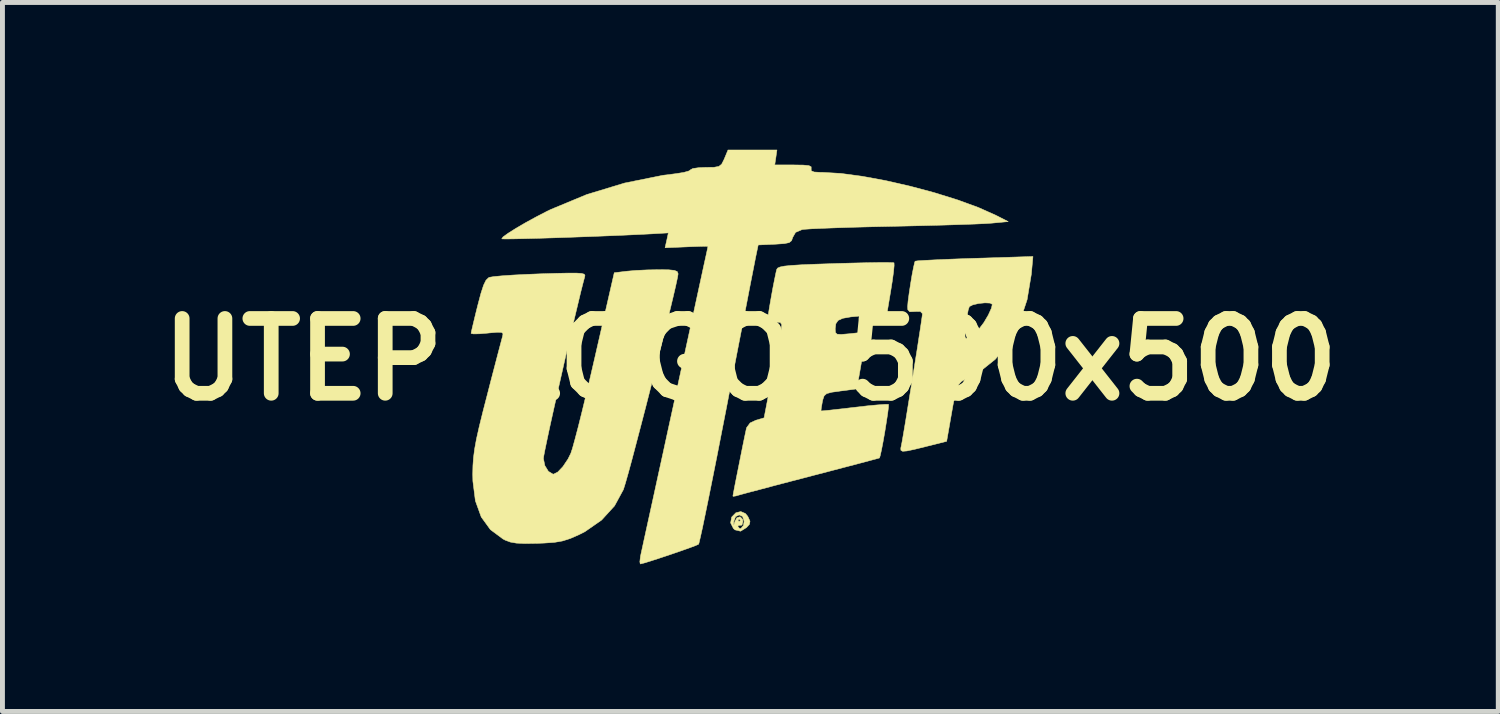
<source format=kicad_pcb>
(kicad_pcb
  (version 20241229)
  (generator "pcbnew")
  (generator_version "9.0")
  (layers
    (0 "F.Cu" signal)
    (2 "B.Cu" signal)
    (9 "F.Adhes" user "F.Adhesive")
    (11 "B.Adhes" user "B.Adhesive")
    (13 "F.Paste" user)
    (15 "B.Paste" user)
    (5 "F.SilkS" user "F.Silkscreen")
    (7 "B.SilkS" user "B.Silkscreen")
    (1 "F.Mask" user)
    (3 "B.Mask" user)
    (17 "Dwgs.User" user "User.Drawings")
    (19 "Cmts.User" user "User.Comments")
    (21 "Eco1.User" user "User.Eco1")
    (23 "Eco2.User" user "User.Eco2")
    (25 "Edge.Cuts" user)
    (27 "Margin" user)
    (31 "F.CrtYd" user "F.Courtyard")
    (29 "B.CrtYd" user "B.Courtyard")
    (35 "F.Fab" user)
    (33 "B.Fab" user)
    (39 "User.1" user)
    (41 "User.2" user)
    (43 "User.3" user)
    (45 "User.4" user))
  (footprint "UTEP LOGO 500x500"
    (layer "F.Cu")
    (at 12.236 4.272)
    (property "Reference" "UTEP LOGO 500x500" (at 0 0 0) (layer "F.SilkS") (effects (font (size 1.524 1.524) (thickness 0.3))))
    (attr through_hole)
    (fp_poly (pts (xy -0.101 3.139) (xy -0.053 3.197) (xy -0.008 3.295) (xy -0.019 3.358) (xy -0.08 3.425) (xy -0.2 3.499) (xy -0.313 3.472) (xy -0.345 3.444) (xy -0.376 3.383) (xy -0.342 3.383) (xy -0.334 3.366) (xy -0.322 3.315) (xy -0.302 3.277) (xy -0.254 3.277) (xy -0.229 3.302) (xy -0.203 3.277) (xy -0.229 3.251) (xy -0.254 3.277) (xy -0.302 3.277) (xy -0.275 3.225) (xy -0.209 3.205) (xy -0.159 3.256) (xy -0.152 3.305) (xy -0.172 3.375) (xy -0.203 3.378) (xy -0.25 3.385) (xy -0.254 3.405) (xy -0.218 3.445) (xy -0.191 3.442) (xy -0.142 3.381) (xy -0.127 3.298) (xy -0.159 3.199) (xy -0.229 3.167) (xy -0.301 3.202) (xy -0.339 3.302) (xy -0.342 3.383) (xy -0.376 3.383) (xy -0.403 3.329) (xy -0.381 3.211) (xy -0.295 3.123) (xy -0.195 3.099) (xy -0.101 3.139)) (stroke (width 0.01) (type solid)) (fill yes) (layer "F.SilkS"))
    (fp_poly (pts (xy 5.723 -1.736) (xy 5.637 -1.218) (xy 5.482 -0.75) (xy 5.265 -0.343) (xy 4.99 -0.004) (xy 4.664 0.256) (xy 4.464 0.364) (xy 4.368 0.408) (xy 4.297 0.451) (xy 4.245 0.509) (xy 4.203 0.599) (xy 4.166 0.736) (xy 4.126 0.937) (xy 4.077 1.217) (xy 4.062 1.304) (xy 3.998 1.668) (xy 3.576 1.774) (xy 3.341 1.832) (xy 3.189 1.864) (xy 3.102 1.871) (xy 3.066 1.851) (xy 3.064 1.806) (xy 3.073 1.765) (xy 3.09 1.678) (xy 3.119 1.51) (xy 3.158 1.279) (xy 3.203 1.001) (xy 3.253 0.693) (xy 3.305 0.371) (xy 3.356 0.051) (xy 3.404 -0.25) (xy 3.435 -0.454) (xy 4.373 -0.454) (xy 4.393 -0.426) (xy 4.44 -0.441) (xy 4.45 -0.447) (xy 4.555 -0.522) (xy 4.655 -0.618) (xy 4.754 -0.748) (xy 4.846 -0.903) (xy 4.91 -1.044) (xy 4.928 -1.122) (xy 4.884 -1.148) (xy 4.779 -1.153) (xy 4.649 -1.14) (xy 4.53 -1.112) (xy 4.461 -1.077) (xy 4.438 -1.011) (xy 4.412 -0.875) (xy 4.39 -0.718) (xy 4.373 -0.545) (xy 4.373 -0.454) (xy 3.435 -0.454) (xy 3.445 -0.516) (xy 3.477 -0.729) (xy 3.498 -0.874) (xy 3.505 -0.933) (xy 3.461 -0.978) (xy 3.353 -0.976) (xy 3.246 -0.971) (xy 3.207 -1.012) (xy 3.203 -1.074) (xy 3.212 -1.184) (xy 3.234 -1.348) (xy 3.263 -1.538) (xy 3.294 -1.726) (xy 3.325 -1.883) (xy 3.348 -1.982) (xy 3.356 -2.001) (xy 3.411 -2.009) (xy 3.553 -2.018) (xy 3.768 -2.029) (xy 4.041 -2.041) (xy 4.358 -2.053) (xy 4.567 -2.06) (xy 5.756 -2.097) (xy 5.723 -1.736)) (stroke (width 0.01) (type solid)) (fill yes) (layer "F.SilkS"))
    (fp_poly (pts (xy 2.906 -1.971) (xy 2.926 -1.968) (xy 2.928 -1.911) (xy 2.915 -1.776) (xy 2.889 -1.586) (xy 2.865 -1.435) (xy 2.78 -0.925) (xy 2.292 -0.889) (xy 2.045 -0.867) (xy 1.882 -0.838) (xy 1.787 -0.795) (xy 1.741 -0.728) (xy 1.728 -0.63) (xy 1.728 -0.615) (xy 1.733 -0.548) (xy 1.765 -0.515) (xy 1.847 -0.509) (xy 2.003 -0.522) (xy 2.032 -0.525) (xy 2.169 -0.54) (xy 2.261 -0.54) (xy 2.314 -0.51) (xy 2.332 -0.435) (xy 2.322 -0.301) (xy 2.288 -0.091) (xy 2.253 0.109) (xy 2.168 0.6) (xy 1.835 0.643) (xy 1.657 0.668) (xy 1.554 0.696) (xy 1.502 0.742) (xy 1.475 0.821) (xy 1.466 0.863) (xy 1.445 0.982) (xy 1.438 1.046) (xy 1.439 1.049) (xy 1.49 1.046) (xy 1.622 1.033) (xy 1.818 1.011) (xy 2.059 0.983) (xy 2.12 0.976) (xy 2.369 0.947) (xy 2.58 0.927) (xy 2.733 0.916) (xy 2.809 0.916) (xy 2.814 0.917) (xy 2.813 0.971) (xy 2.797 1.099) (xy 2.77 1.276) (xy 2.738 1.477) (xy 2.703 1.676) (xy 2.67 1.847) (xy 2.643 1.966) (xy 2.629 2.007) (xy 2.579 2.021) (xy 2.442 2.058) (xy 2.232 2.114) (xy 1.961 2.185) (xy 1.641 2.269) (xy 1.284 2.362) (xy 1.195 2.386) (xy 0.828 2.481) (xy 0.492 2.569) (xy 0.2 2.647) (xy -0.036 2.709) (xy -0.202 2.754) (xy -0.285 2.778) (xy -0.291 2.78) (xy -0.35 2.789) (xy -0.356 2.781) (xy -0.346 2.725) (xy -0.321 2.592) (xy -0.284 2.404) (xy -0.24 2.184) (xy -0.194 1.953) (xy -0.15 1.734) (xy -0.112 1.55) (xy -0.085 1.423) (xy -0.078 1.392) (xy -0.006 1.294) (xy 0.113 1.238) (xy 0.279 1.19) (xy 0.435 0.379) (xy 0.491 0.091) (xy 0.542 -0.173) (xy 0.585 -0.393) (xy 0.615 -0.547) (xy 0.625 -0.597) (xy 0.64 -0.709) (xy 0.608 -0.754) (xy 0.508 -0.762) (xy 0.507 -0.762) (xy 0.39 -0.783) (xy 0.356 -0.833) (xy 0.365 -0.914) (xy 0.389 -1.065) (xy 0.422 -1.257) (xy 0.459 -1.461) (xy 0.496 -1.648) (xy 0.525 -1.787) (xy 0.537 -1.835) (xy 0.556 -1.862) (xy 0.604 -1.883) (xy 0.692 -1.901) (xy 0.833 -1.915) (xy 1.039 -1.928) (xy 1.32 -1.94) (xy 1.691 -1.952) (xy 1.732 -1.954) (xy 2.066 -1.963) (xy 2.365 -1.97) (xy 2.615 -1.974) (xy 2.8 -1.974) (xy 2.906 -1.971)) (stroke (width 0.01) (type solid)) (fill yes) (layer "F.SilkS"))
    (fp_poly (pts (xy -1.667 -1.826) (xy -1.548 -1.814) (xy -1.49 -1.79) (xy -1.473 -1.747) (xy -1.473 -1.74) (xy -1.486 -1.663) (xy -1.521 -1.5) (xy -1.576 -1.264) (xy -1.647 -0.968) (xy -1.731 -0.624) (xy -1.825 -0.246) (xy -1.925 0.155) (xy -2.029 0.565) (xy -2.133 0.972) (xy -2.235 1.364) (xy -2.33 1.726) (xy -2.415 2.048) (xy -2.488 2.316) (xy -2.545 2.517) (xy -2.583 2.639) (xy -2.588 2.653) (xy -2.767 2.983) (xy -3.031 3.272) (xy -3.37 3.508) (xy -3.494 3.571) (xy -3.67 3.648) (xy -3.824 3.697) (xy -3.99 3.726) (xy -4.204 3.741) (xy -4.343 3.746) (xy -4.592 3.75) (xy -4.766 3.742) (xy -4.892 3.72) (xy -4.998 3.68) (xy -5.039 3.658) (xy -5.296 3.467) (xy -5.483 3.209) (xy -5.602 2.88) (xy -5.653 2.478) (xy -5.656 2.337) (xy -5.652 2.163) (xy -5.64 1.998) (xy -5.617 1.823) (xy -5.58 1.62) (xy -5.524 1.371) (xy -5.447 1.058) (xy -5.364 0.737) (xy -5.28 0.41) (xy -5.202 0.112) (xy -5.136 -0.141) (xy -5.085 -0.334) (xy -5.054 -0.451) (xy -5.047 -0.476) (xy -5.039 -0.526) (xy -5.068 -0.551) (xy -5.154 -0.554) (xy -5.317 -0.54) (xy -5.354 -0.536) (xy -5.523 -0.522) (xy -5.644 -0.52) (xy -5.69 -0.531) (xy -5.678 -0.59) (xy -5.646 -0.726) (xy -5.6 -0.917) (xy -5.555 -1.098) (xy -5.489 -1.347) (xy -5.435 -1.513) (xy -5.386 -1.613) (xy -5.334 -1.664) (xy -5.314 -1.673) (xy -5.23 -1.687) (xy -5.063 -1.703) (xy -4.832 -1.719) (xy -4.554 -1.733) (xy -4.277 -1.744) (xy -3.949 -1.754) (xy -3.709 -1.759) (xy -3.544 -1.759) (xy -3.441 -1.752) (xy -3.388 -1.738) (xy -3.37 -1.715) (xy -3.374 -1.688) (xy -3.407 -1.565) (xy -3.458 -1.364) (xy -3.521 -1.1) (xy -3.596 -0.787) (xy -3.677 -0.438) (xy -3.763 -0.067) (xy -3.849 0.312) (xy -3.933 0.685) (xy -4.012 1.038) (xy -4.083 1.358) (xy -4.141 1.63) (xy -4.185 1.841) (xy -4.211 1.977) (xy -4.216 2.02) (xy -4.187 2.163) (xy -4.115 2.28) (xy -4.022 2.336) (xy -4.01 2.337) (xy -3.924 2.294) (xy -3.819 2.183) (xy -3.715 2.028) (xy -3.658 1.913) (xy -3.625 1.814) (xy -3.574 1.629) (xy -3.506 1.371) (xy -3.427 1.054) (xy -3.339 0.69) (xy -3.245 0.292) (xy -3.17 -0.032) (xy -2.773 -1.766) (xy -2.517 -1.797) (xy -2.333 -1.813) (xy -2.099 -1.824) (xy -1.867 -1.828) (xy -1.667 -1.826)) (stroke (width 0.01) (type solid)) (fill yes) (layer "F.SilkS"))
    (fp_poly (pts (xy 0.519 -4.115) (xy 0.496 -3.962) (xy 0.882 -3.962) (xy 1.079 -3.959) (xy 1.192 -3.948) (xy 1.238 -3.924) (xy 1.238 -3.886) (xy 1.239 -3.841) (xy 1.299 -3.818) (xy 1.437 -3.81) (xy 1.48 -3.81) (xy 1.844 -3.789) (xy 2.277 -3.731) (xy 2.755 -3.643) (xy 3.254 -3.529) (xy 3.751 -3.396) (xy 4.223 -3.249) (xy 4.645 -3.095) (xy 4.995 -2.939) (xy 5.001 -2.936) (xy 5.252 -2.808) (xy 4.924 -2.777) (xy 4.794 -2.768) (xy 4.577 -2.758) (xy 4.288 -2.748) (xy 3.943 -2.737) (xy 3.556 -2.727) (xy 3.143 -2.717) (xy 2.905 -2.712) (xy 2.493 -2.703) (xy 2.107 -2.693) (xy 1.762 -2.682) (xy 1.47 -2.671) (xy 1.244 -2.661) (xy 1.098 -2.651) (xy 1.052 -2.645) (xy 0.921 -2.589) (xy 0.863 -2.488) (xy 0.839 -2.42) (xy 0.79 -2.38) (xy 0.691 -2.36) (xy 0.517 -2.348) (xy 0.496 -2.347) (xy 0.159 -2.332) (xy 0.104 -2.068) (xy 0.085 -1.969) (xy 0.048 -1.78) (xy -0.005 -1.512) (xy -0.07 -1.174) (xy -0.147 -0.777) (xy -0.234 -0.332) (xy -0.328 0.153) (xy -0.427 0.667) (xy -0.484 0.964) (xy -0.585 1.48) (xy -0.68 1.967) (xy -0.769 2.414) (xy -0.849 2.812) (xy -0.919 3.153) (xy -0.976 3.428) (xy -1.02 3.626) (xy -1.047 3.74) (xy -1.055 3.764) (xy -1.114 3.791) (xy -1.245 3.84) (xy -1.426 3.904) (xy -1.632 3.975) (xy -1.84 4.044) (xy -2.027 4.105) (xy -2.168 4.148) (xy -2.241 4.166) (xy -2.243 4.166) (xy -2.252 4.122) (xy -2.239 4.011) (xy -2.226 3.95) (xy -2.207 3.863) (xy -2.17 3.692) (xy -2.116 3.446) (xy -2.048 3.136) (xy -1.968 2.771) (xy -1.879 2.362) (xy -1.782 1.92) (xy -1.681 1.454) (xy -1.576 0.974) (xy -1.471 0.492) (xy -1.368 0.016) (xy -1.268 -0.442) (xy -1.174 -0.873) (xy -1.089 -1.265) (xy -1.014 -1.61) (xy -0.952 -1.897) (xy -0.904 -2.115) (xy -0.874 -2.254) (xy -0.864 -2.304) (xy -0.864 -2.304) (xy -0.91 -2.306) (xy -1.036 -2.303) (xy -1.216 -2.297) (xy -1.301 -2.293) (xy -1.738 -2.275) (xy -1.704 -2.426) (xy -1.671 -2.578) (xy -2.017 -2.558) (xy -2.277 -2.545) (xy -2.583 -2.531) (xy -2.922 -2.517) (xy -3.279 -2.503) (xy -3.639 -2.49) (xy -3.988 -2.478) (xy -4.312 -2.468) (xy -4.595 -2.461) (xy -4.824 -2.456) (xy -4.984 -2.454) (xy -5.06 -2.456) (xy -5.065 -2.457) (xy -5.039 -2.495) (xy -4.939 -2.568) (xy -4.782 -2.667) (xy -4.586 -2.782) (xy -4.367 -2.902) (xy -4.143 -3.018) (xy -4.064 -3.056) (xy -3.334 -3.359) (xy -2.56 -3.594) (xy -1.781 -3.751) (xy -1.511 -3.785) (xy -1.355 -3.81) (xy -1.248 -3.841) (xy -1.219 -3.864) (xy -1.173 -3.889) (xy -1.053 -3.906) (xy -0.912 -3.912) (xy -0.741 -3.914) (xy -0.642 -3.932) (xy -0.585 -3.978) (xy -0.54 -4.066) (xy -0.53 -4.089) (xy -0.456 -4.267) (xy 0.541 -4.267) (xy 0.519 -4.115)) (stroke (width 0.01) (type solid)) (fill yes) (layer "F.SilkS")))
  (gr_rect
    (start -3 -3)
    (end 27.471 11.443)
    (stroke (width 0.1) (type default))
    (fill no)
    (layer "Edge.Cuts")))
</source>
